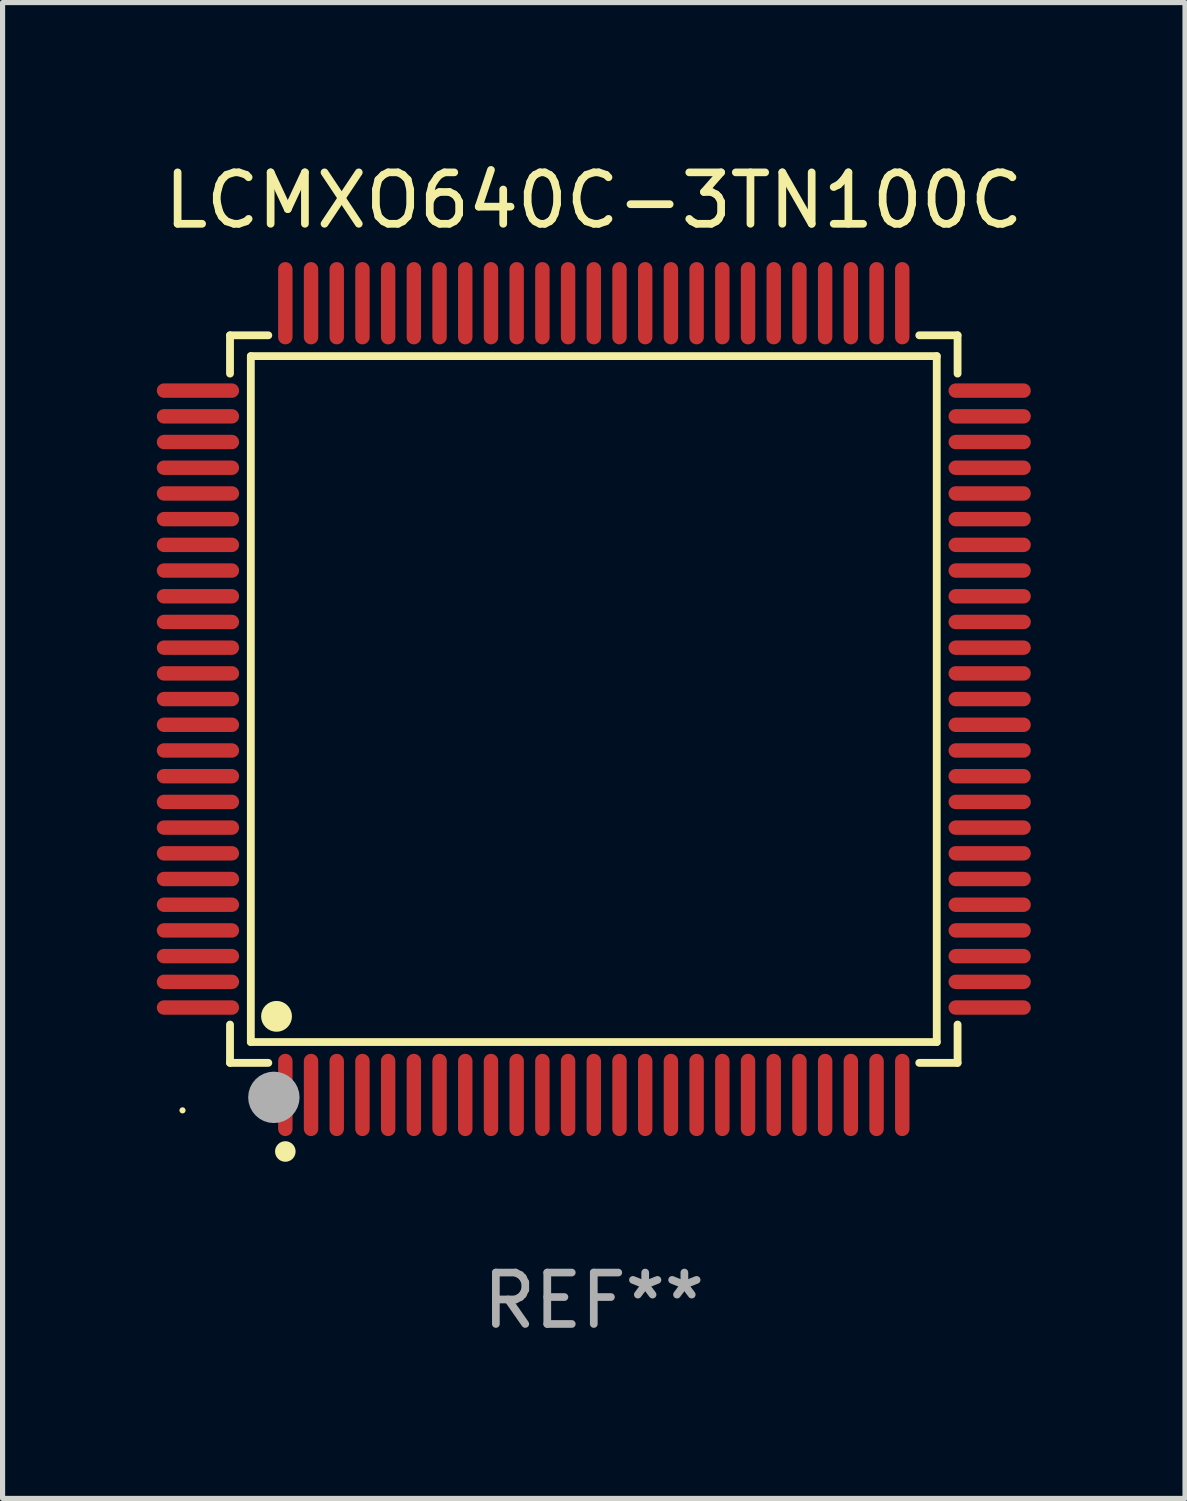
<source format=kicad_pcb>
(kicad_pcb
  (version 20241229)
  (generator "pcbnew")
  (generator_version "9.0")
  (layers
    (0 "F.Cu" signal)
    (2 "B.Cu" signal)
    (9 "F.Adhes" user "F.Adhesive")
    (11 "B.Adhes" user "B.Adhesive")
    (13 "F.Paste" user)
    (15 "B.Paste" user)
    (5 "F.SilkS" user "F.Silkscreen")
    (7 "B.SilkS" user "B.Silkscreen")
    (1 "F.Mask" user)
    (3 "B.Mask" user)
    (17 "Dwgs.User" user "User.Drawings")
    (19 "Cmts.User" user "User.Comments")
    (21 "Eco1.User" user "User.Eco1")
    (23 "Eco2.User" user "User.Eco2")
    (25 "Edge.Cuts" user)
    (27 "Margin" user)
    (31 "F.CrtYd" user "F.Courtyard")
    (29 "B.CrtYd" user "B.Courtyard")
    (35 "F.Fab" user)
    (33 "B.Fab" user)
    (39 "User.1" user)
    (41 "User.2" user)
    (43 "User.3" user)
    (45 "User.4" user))
  (footprint "LCMXO640C-3TN100C"
    (layer "F.Cu")
    (at 8.5 10.548)
    (property "Reference" "LCMXO640C-3TN100C" (at 0 -9.7 0) (layer "F.SilkS") (effects (font (size 1 1) (thickness 0.15))))
    (attr through_hole)
    (fp_line (start -7.076 -7.076) (end -6.331 -7.076) (stroke (width 0.152) (type solid)) (layer "F.SilkS"))
    (fp_line (start -7.076 -6.331) (end -7.076 -7.076) (stroke (width 0.152) (type solid)) (layer "F.SilkS"))
    (fp_line (start -7.076 6.331) (end -7.076 7.076) (stroke (width 0.152) (type solid)) (layer "F.SilkS"))
    (fp_line (start -7.076 7.076) (end -6.331 7.076) (stroke (width 0.152) (type solid)) (layer "F.SilkS"))
    (fp_line (start -6.671 -6.671) (end 6.671 -6.671) (stroke (width 0.152) (type solid)) (layer "F.SilkS"))
    (fp_line (start -6.671 6.671) (end -6.671 -6.671) (stroke (width 0.152) (type solid)) (layer "F.SilkS"))
    (fp_line (start 6.671 -6.671) (end 6.671 6.671) (stroke (width 0.152) (type solid)) (layer "F.SilkS"))
    (fp_line (start 6.671 6.671) (end -6.671 6.671) (stroke (width 0.152) (type solid)) (layer "F.SilkS"))
    (fp_line (start 7.076 -7.076) (end 6.331 -7.076) (stroke (width 0.152) (type solid)) (layer "F.SilkS"))
    (fp_line (start 7.076 -6.331) (end 7.076 -7.076) (stroke (width 0.152) (type solid)) (layer "F.SilkS"))
    (fp_line (start 7.076 6.331) (end 7.076 7.076) (stroke (width 0.152) (type solid)) (layer "F.SilkS"))
    (fp_line (start 7.076 7.076) (end 6.331 7.076) (stroke (width 0.152) (type solid)) (layer "F.SilkS"))
    (fp_circle (center -8 8) (end -7.97 8) (stroke (width 0.06) (type solid)) (fill no) (layer "F.SilkS"))
    (fp_circle (center -6.171 6.171) (end -6.021 6.171) (stroke (width 0.3) (type solid)) (fill no) (layer "F.SilkS"))
    (fp_circle (center -6 8.8) (end -5.9 8.8) (stroke (width 0.2) (type solid)) (fill no) (layer "F.SilkS"))
    (fp_circle (center -6.223 7.747) (end -5.973 7.747) (stroke (width 0.5) (type solid)) (fill no) (layer "F.Fab"))
    (fp_text user "REF**" (at 0 11.7 0) (layer "F.Fab") (effects (font (size 1 1) (thickness 0.15))))
    (pad "1" smd oval (at -6 7.7) (size 0.28 1.6) (layers "F.Cu" "F.Mask" "F.Paste"))
    (pad "2" smd oval (at -5.5 7.7) (size 0.28 1.6) (layers "F.Cu" "F.Mask" "F.Paste"))
    (pad "3" smd oval (at -5 7.7) (size 0.28 1.6) (layers "F.Cu" "F.Mask" "F.Paste"))
    (pad "4" smd oval (at -4.5 7.7) (size 0.28 1.6) (layers "F.Cu" "F.Mask" "F.Paste"))
    (pad "5" smd oval (at -4 7.7) (size 0.28 1.6) (layers "F.Cu" "F.Mask" "F.Paste"))
    (pad "6" smd oval (at -3.5 7.7) (size 0.28 1.6) (layers "F.Cu" "F.Mask" "F.Paste"))
    (pad "7" smd oval (at -3 7.7) (size 0.28 1.6) (layers "F.Cu" "F.Mask" "F.Paste"))
    (pad "8" smd oval (at -2.5 7.7) (size 0.28 1.6) (layers "F.Cu" "F.Mask" "F.Paste"))
    (pad "9" smd oval (at -2 7.7) (size 0.28 1.6) (layers "F.Cu" "F.Mask" "F.Paste"))
    (pad "10" smd oval (at -1.5 7.7) (size 0.28 1.6) (layers "F.Cu" "F.Mask" "F.Paste"))
    (pad "11" smd oval (at -1 7.7) (size 0.28 1.6) (layers "F.Cu" "F.Mask" "F.Paste"))
    (pad "12" smd oval (at -0.5 7.7) (size 0.28 1.6) (layers "F.Cu" "F.Mask" "F.Paste"))
    (pad "13" smd oval (at 0 7.7) (size 0.28 1.6) (layers "F.Cu" "F.Mask" "F.Paste"))
    (pad "14" smd oval (at 0.5 7.7) (size 0.28 1.6) (layers "F.Cu" "F.Mask" "F.Paste"))
    (pad "15" smd oval (at 1 7.7) (size 0.28 1.6) (layers "F.Cu" "F.Mask" "F.Paste"))
    (pad "16" smd oval (at 1.5 7.7) (size 0.28 1.6) (layers "F.Cu" "F.Mask" "F.Paste"))
    (pad "17" smd oval (at 2 7.7) (size 0.28 1.6) (layers "F.Cu" "F.Mask" "F.Paste"))
    (pad "18" smd oval (at 2.5 7.7) (size 0.28 1.6) (layers "F.Cu" "F.Mask" "F.Paste"))
    (pad "19" smd oval (at 3 7.7) (size 0.28 1.6) (layers "F.Cu" "F.Mask" "F.Paste"))
    (pad "20" smd oval (at 3.5 7.7) (size 0.28 1.6) (layers "F.Cu" "F.Mask" "F.Paste"))
    (pad "21" smd oval (at 4 7.7) (size 0.28 1.6) (layers "F.Cu" "F.Mask" "F.Paste"))
    (pad "22" smd oval (at 4.5 7.7) (size 0.28 1.6) (layers "F.Cu" "F.Mask" "F.Paste"))
    (pad "23" smd oval (at 5 7.7) (size 0.28 1.6) (layers "F.Cu" "F.Mask" "F.Paste"))
    (pad "24" smd oval (at 5.5 7.7) (size 0.28 1.6) (layers "F.Cu" "F.Mask" "F.Paste"))
    (pad "25" smd oval (at 6 7.7) (size 0.28 1.6) (layers "F.Cu" "F.Mask" "F.Paste"))
    (pad "26" smd oval (at 7.7 6) (size 1.6 0.28) (layers "F.Cu" "F.Mask" "F.Paste"))
    (pad "27" smd oval (at 7.7 5.5) (size 1.6 0.28) (layers "F.Cu" "F.Mask" "F.Paste"))
    (pad "28" smd oval (at 7.7 5) (size 1.6 0.28) (layers "F.Cu" "F.Mask" "F.Paste"))
    (pad "29" smd oval (at 7.7 4.5) (size 1.6 0.28) (layers "F.Cu" "F.Mask" "F.Paste"))
    (pad "30" smd oval (at 7.7 4) (size 1.6 0.28) (layers "F.Cu" "F.Mask" "F.Paste"))
    (pad "31" smd oval (at 7.7 3.5) (size 1.6 0.28) (layers "F.Cu" "F.Mask" "F.Paste"))
    (pad "32" smd oval (at 7.7 3) (size 1.6 0.28) (layers "F.Cu" "F.Mask" "F.Paste"))
    (pad "33" smd oval (at 7.7 2.5) (size 1.6 0.28) (layers "F.Cu" "F.Mask" "F.Paste"))
    (pad "34" smd oval (at 7.7 2) (size 1.6 0.28) (layers "F.Cu" "F.Mask" "F.Paste"))
    (pad "35" smd oval (at 7.7 1.5) (size 1.6 0.28) (layers "F.Cu" "F.Mask" "F.Paste"))
    (pad "36" smd oval (at 7.7 1) (size 1.6 0.28) (layers "F.Cu" "F.Mask" "F.Paste"))
    (pad "37" smd oval (at 7.7 0.5) (size 1.6 0.28) (layers "F.Cu" "F.Mask" "F.Paste"))
    (pad "38" smd oval (at 7.7 0) (size 1.6 0.28) (layers "F.Cu" "F.Mask" "F.Paste"))
    (pad "39" smd oval (at 7.7 -0.5) (size 1.6 0.28) (layers "F.Cu" "F.Mask" "F.Paste"))
    (pad "40" smd oval (at 7.7 -1) (size 1.6 0.28) (layers "F.Cu" "F.Mask" "F.Paste"))
    (pad "41" smd oval (at 7.7 -1.5) (size 1.6 0.28) (layers "F.Cu" "F.Mask" "F.Paste"))
    (pad "42" smd oval (at 7.7 -2) (size 1.6 0.28) (layers "F.Cu" "F.Mask" "F.Paste"))
    (pad "43" smd oval (at 7.7 -2.5) (size 1.6 0.28) (layers "F.Cu" "F.Mask" "F.Paste"))
    (pad "44" smd oval (at 7.7 -3) (size 1.6 0.28) (layers "F.Cu" "F.Mask" "F.Paste"))
    (pad "45" smd oval (at 7.7 -3.5) (size 1.6 0.28) (layers "F.Cu" "F.Mask" "F.Paste"))
    (pad "46" smd oval (at 7.7 -4) (size 1.6 0.28) (layers "F.Cu" "F.Mask" "F.Paste"))
    (pad "47" smd oval (at 7.7 -4.5) (size 1.6 0.28) (layers "F.Cu" "F.Mask" "F.Paste"))
    (pad "48" smd oval (at 7.7 -5) (size 1.6 0.28) (layers "F.Cu" "F.Mask" "F.Paste"))
    (pad "49" smd oval (at 7.7 -5.5) (size 1.6 0.28) (layers "F.Cu" "F.Mask" "F.Paste"))
    (pad "50" smd oval (at 7.7 -6) (size 1.6 0.28) (layers "F.Cu" "F.Mask" "F.Paste"))
    (pad "51" smd oval (at 6 -7.7) (size 0.28 1.6) (layers "F.Cu" "F.Mask" "F.Paste"))
    (pad "52" smd oval (at 5.5 -7.7) (size 0.28 1.6) (layers "F.Cu" "F.Mask" "F.Paste"))
    (pad "53" smd oval (at 5 -7.7) (size 0.28 1.6) (layers "F.Cu" "F.Mask" "F.Paste"))
    (pad "54" smd oval (at 4.5 -7.7) (size 0.28 1.6) (layers "F.Cu" "F.Mask" "F.Paste"))
    (pad "55" smd oval (at 4 -7.7) (size 0.28 1.6) (layers "F.Cu" "F.Mask" "F.Paste"))
    (pad "56" smd oval (at 3.5 -7.7) (size 0.28 1.6) (layers "F.Cu" "F.Mask" "F.Paste"))
    (pad "57" smd oval (at 3 -7.7) (size 0.28 1.6) (layers "F.Cu" "F.Mask" "F.Paste"))
    (pad "58" smd oval (at 2.5 -7.7) (size 0.28 1.6) (layers "F.Cu" "F.Mask" "F.Paste"))
    (pad "59" smd oval (at 2 -7.7) (size 0.28 1.6) (layers "F.Cu" "F.Mask" "F.Paste"))
    (pad "60" smd oval (at 1.5 -7.7) (size 0.28 1.6) (layers "F.Cu" "F.Mask" "F.Paste"))
    (pad "61" smd oval (at 1 -7.7) (size 0.28 1.6) (layers "F.Cu" "F.Mask" "F.Paste"))
    (pad "62" smd oval (at 0.5 -7.7) (size 0.28 1.6) (layers "F.Cu" "F.Mask" "F.Paste"))
    (pad "63" smd oval (at 0 -7.7) (size 0.28 1.6) (layers "F.Cu" "F.Mask" "F.Paste"))
    (pad "64" smd oval (at -0.5 -7.7) (size 0.28 1.6) (layers "F.Cu" "F.Mask" "F.Paste"))
    (pad "65" smd oval (at -1 -7.7) (size 0.28 1.6) (layers "F.Cu" "F.Mask" "F.Paste"))
    (pad "66" smd oval (at -1.5 -7.7) (size 0.28 1.6) (layers "F.Cu" "F.Mask" "F.Paste"))
    (pad "67" smd oval (at -2 -7.7) (size 0.28 1.6) (layers "F.Cu" "F.Mask" "F.Paste"))
    (pad "68" smd oval (at -2.5 -7.7) (size 0.28 1.6) (layers "F.Cu" "F.Mask" "F.Paste"))
    (pad "69" smd oval (at -3 -7.7) (size 0.28 1.6) (layers "F.Cu" "F.Mask" "F.Paste"))
    (pad "70" smd oval (at -3.5 -7.7) (size 0.28 1.6) (layers "F.Cu" "F.Mask" "F.Paste"))
    (pad "71" smd oval (at -4 -7.7) (size 0.28 1.6) (layers "F.Cu" "F.Mask" "F.Paste"))
    (pad "72" smd oval (at -4.5 -7.7) (size 0.28 1.6) (layers "F.Cu" "F.Mask" "F.Paste"))
    (pad "73" smd oval (at -5 -7.7) (size 0.28 1.6) (layers "F.Cu" "F.Mask" "F.Paste"))
    (pad "74" smd oval (at -5.5 -7.7) (size 0.28 1.6) (layers "F.Cu" "F.Mask" "F.Paste"))
    (pad "75" smd oval (at -6 -7.7) (size 0.28 1.6) (layers "F.Cu" "F.Mask" "F.Paste"))
    (pad "76" smd oval (at -7.7 -6) (size 1.6 0.28) (layers "F.Cu" "F.Mask" "F.Paste"))
    (pad "77" smd oval (at -7.7 -5.5) (size 1.6 0.28) (layers "F.Cu" "F.Mask" "F.Paste"))
    (pad "78" smd oval (at -7.7 -5) (size 1.6 0.28) (layers "F.Cu" "F.Mask" "F.Paste"))
    (pad "79" smd oval (at -7.7 -4.5) (size 1.6 0.28) (layers "F.Cu" "F.Mask" "F.Paste"))
    (pad "80" smd oval (at -7.7 -4) (size 1.6 0.28) (layers "F.Cu" "F.Mask" "F.Paste"))
    (pad "81" smd oval (at -7.7 -3.5) (size 1.6 0.28) (layers "F.Cu" "F.Mask" "F.Paste"))
    (pad "82" smd oval (at -7.7 -3) (size 1.6 0.28) (layers "F.Cu" "F.Mask" "F.Paste"))
    (pad "83" smd oval (at -7.7 -2.5) (size 1.6 0.28) (layers "F.Cu" "F.Mask" "F.Paste"))
    (pad "84" smd oval (at -7.7 -2) (size 1.6 0.28) (layers "F.Cu" "F.Mask" "F.Paste"))
    (pad "85" smd oval (at -7.7 -1.5) (size 1.6 0.28) (layers "F.Cu" "F.Mask" "F.Paste"))
    (pad "86" smd oval (at -7.7 -1) (size 1.6 0.28) (layers "F.Cu" "F.Mask" "F.Paste"))
    (pad "87" smd oval (at -7.7 -0.5) (size 1.6 0.28) (layers "F.Cu" "F.Mask" "F.Paste"))
    (pad "88" smd oval (at -7.7 0) (size 1.6 0.28) (layers "F.Cu" "F.Mask" "F.Paste"))
    (pad "89" smd oval (at -7.7 0.5) (size 1.6 0.28) (layers "F.Cu" "F.Mask" "F.Paste"))
    (pad "90" smd oval (at -7.7 1) (size 1.6 0.28) (layers "F.Cu" "F.Mask" "F.Paste"))
    (pad "91" smd oval (at -7.7 1.5) (size 1.6 0.28) (layers "F.Cu" "F.Mask" "F.Paste"))
    (pad "92" smd oval (at -7.7 2) (size 1.6 0.28) (layers "F.Cu" "F.Mask" "F.Paste"))
    (pad "93" smd oval (at -7.7 2.5) (size 1.6 0.28) (layers "F.Cu" "F.Mask" "F.Paste"))
    (pad "94" smd oval (at -7.7 3) (size 1.6 0.28) (layers "F.Cu" "F.Mask" "F.Paste"))
    (pad "95" smd oval (at -7.7 3.5) (size 1.6 0.28) (layers "F.Cu" "F.Mask" "F.Paste"))
    (pad "96" smd oval (at -7.7 4) (size 1.6 0.28) (layers "F.Cu" "F.Mask" "F.Paste"))
    (pad "97" smd oval (at -7.7 4.5) (size 1.6 0.28) (layers "F.Cu" "F.Mask" "F.Paste"))
    (pad "98" smd oval (at -7.7 5) (size 1.6 0.28) (layers "F.Cu" "F.Mask" "F.Paste"))
    (pad "99" smd oval (at -7.7 5.5) (size 1.6 0.28) (layers "F.Cu" "F.Mask" "F.Paste"))
    (pad "100" smd oval (at -7.7 6) (size 1.6 0.28) (layers "F.Cu" "F.Mask" "F.Paste")))
  (gr_rect
    (start -3 -3)
    (end 20 26.097)
    (stroke (width 0.1) (type default))
    (fill no)
    (layer "Edge.Cuts")))
</source>
